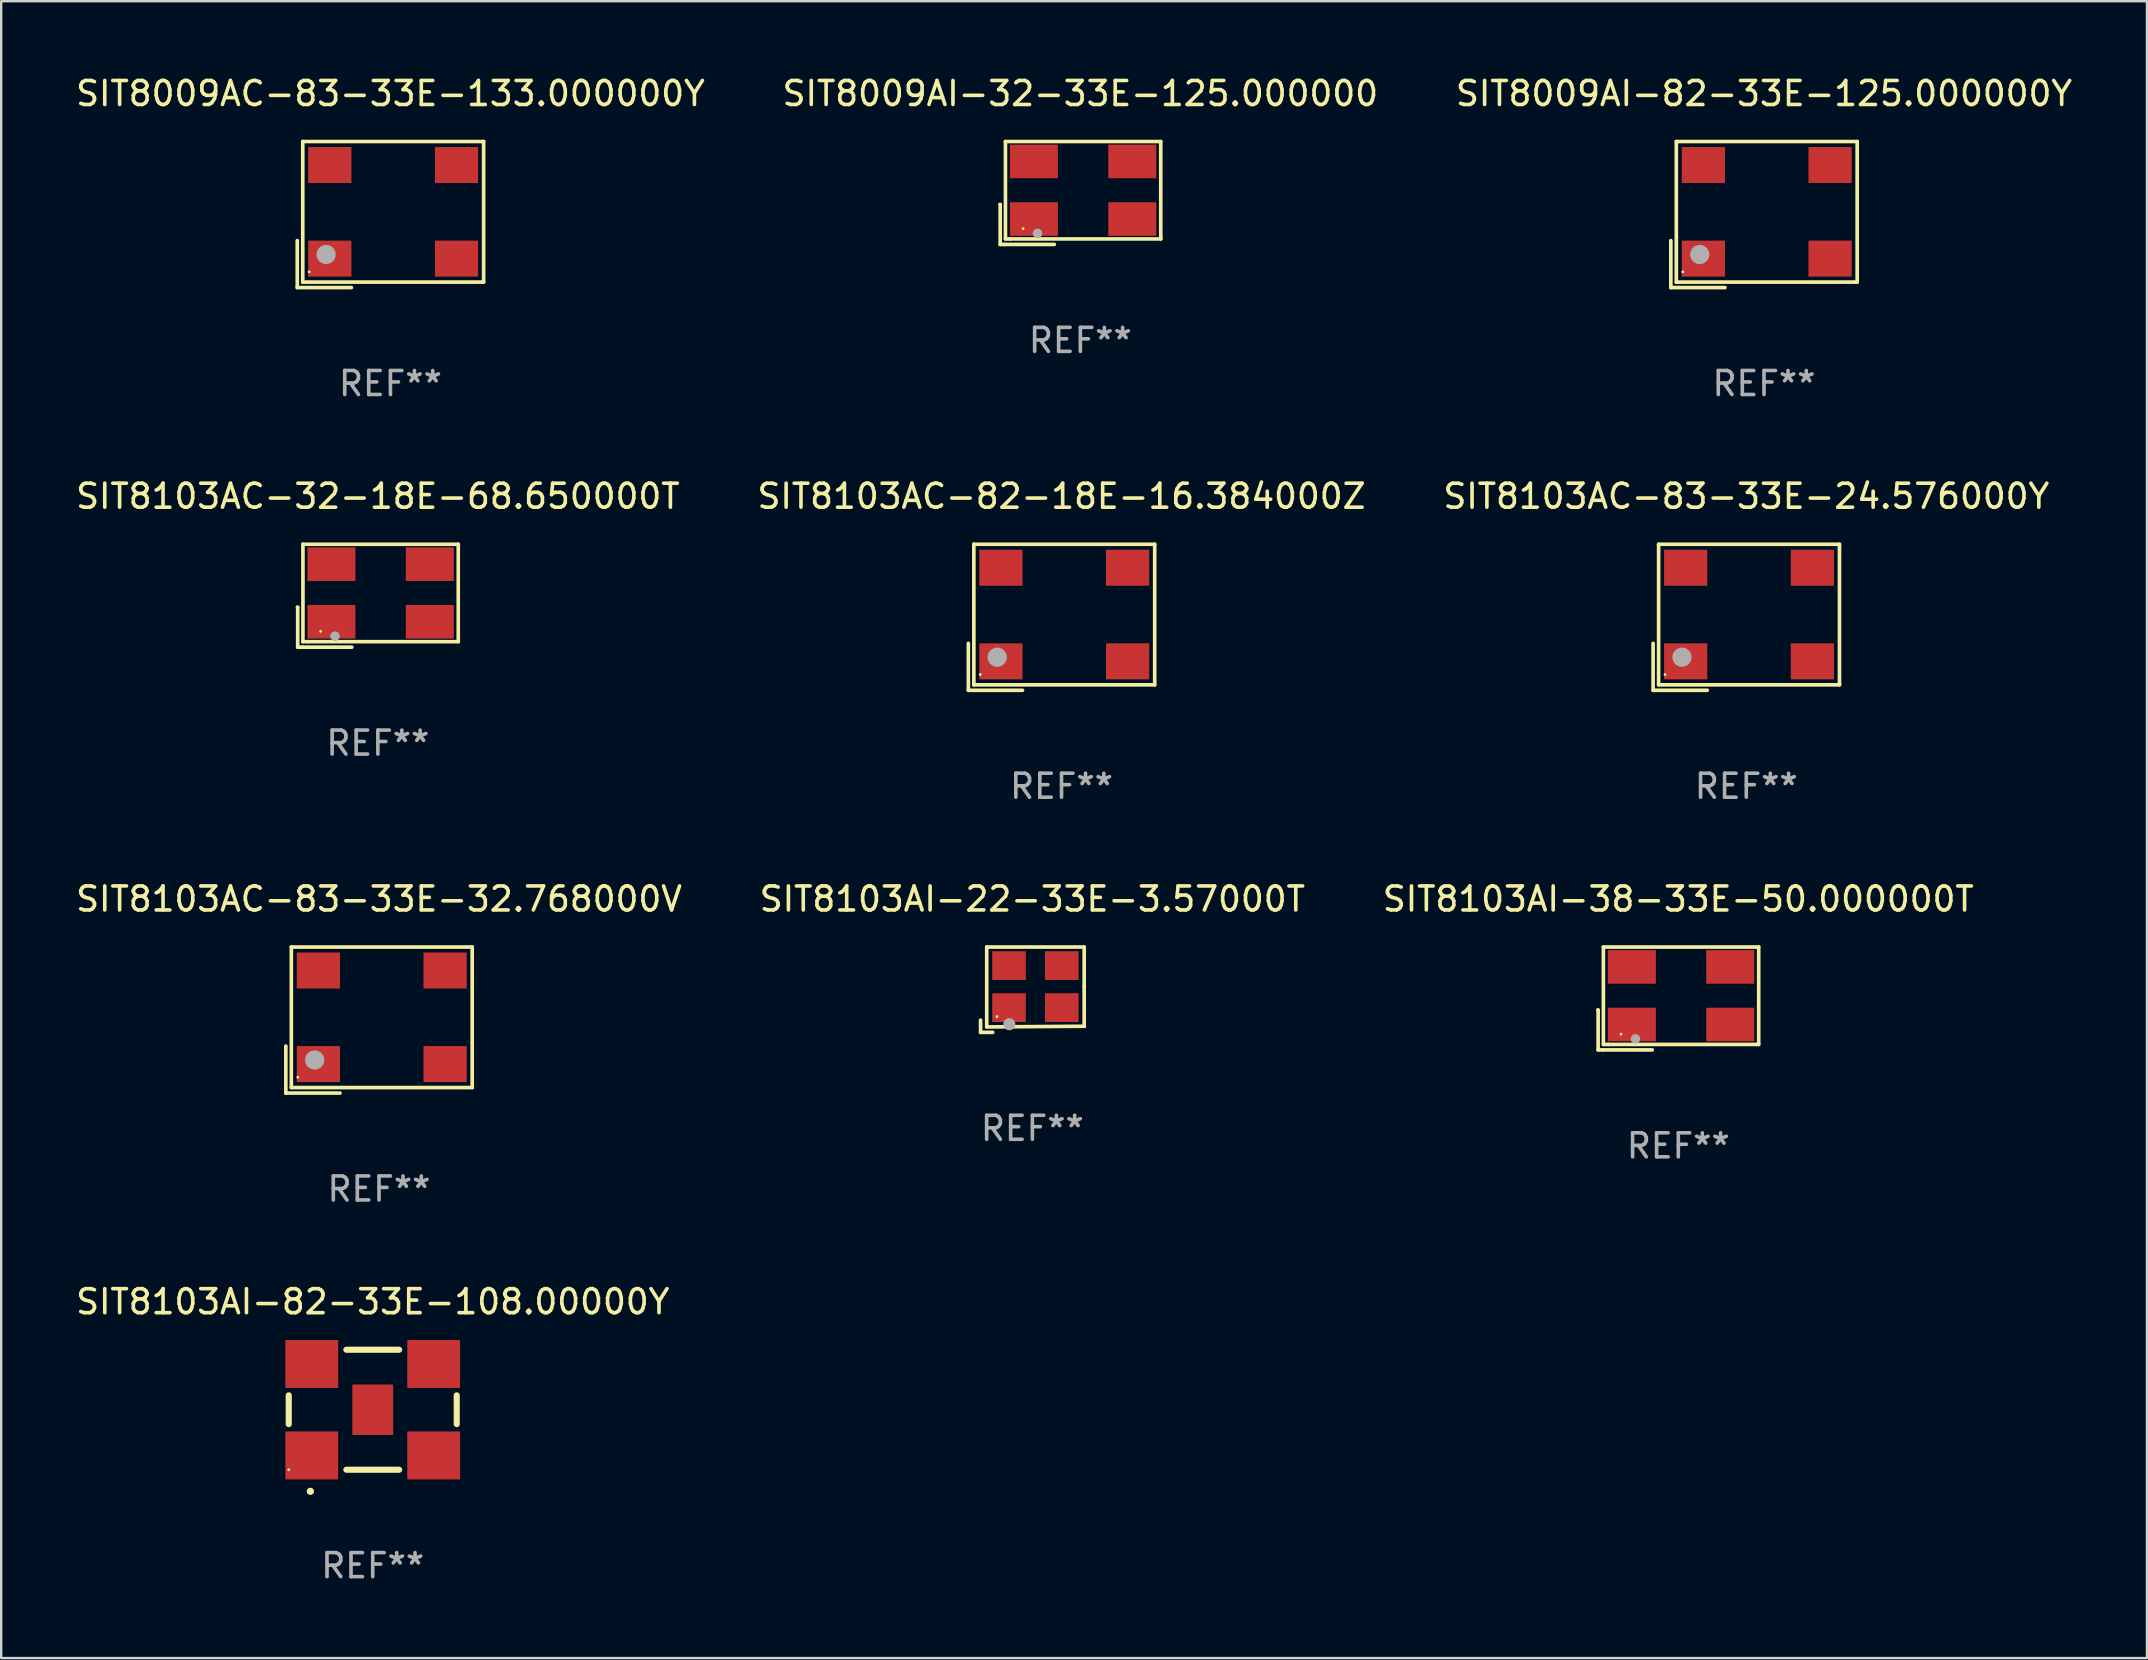
<source format=kicad_pcb>
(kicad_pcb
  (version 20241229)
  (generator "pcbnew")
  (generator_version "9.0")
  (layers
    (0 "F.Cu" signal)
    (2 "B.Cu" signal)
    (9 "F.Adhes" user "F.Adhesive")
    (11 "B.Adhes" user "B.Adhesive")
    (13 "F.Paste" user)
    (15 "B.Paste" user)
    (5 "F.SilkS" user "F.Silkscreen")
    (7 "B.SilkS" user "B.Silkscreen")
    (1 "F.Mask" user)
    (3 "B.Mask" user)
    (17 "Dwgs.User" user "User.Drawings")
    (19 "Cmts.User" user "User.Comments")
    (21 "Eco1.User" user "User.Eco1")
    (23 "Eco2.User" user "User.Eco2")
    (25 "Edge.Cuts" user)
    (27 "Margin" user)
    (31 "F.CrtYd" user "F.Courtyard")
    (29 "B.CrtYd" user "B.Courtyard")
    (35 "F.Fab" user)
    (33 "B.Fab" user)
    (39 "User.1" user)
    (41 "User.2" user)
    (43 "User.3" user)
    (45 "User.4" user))
  (footprint "SIT8009AI-32-33E-125.000000"
    (layer "F.Cu")
    (at 41.97 4.992)
    (property "Reference" "SIT8009AI-32-33E-125.000000" (at 0 -4.144 0) (layer "F.SilkS") (effects (font (size 1 1) (thickness 0.15))))
    (attr through_hole)
    (fp_line (start -3.35 0.476) (end -3.341 0.485) (stroke (width 0.152) (type solid)) (layer "F.SilkS"))
    (fp_line (start -3.341 0.485) (end -3.341 2.144) (stroke (width 0.152) (type solid)) (layer "F.SilkS"))
    (fp_line (start -3.341 2.144) (end -3.143 2.144) (stroke (width 0.152) (type solid)) (layer "F.SilkS"))
    (fp_line (start -3.143 2.144) (end -1.085 2.144) (stroke (width 0.152) (type solid)) (layer "F.SilkS"))
    (fp_line (start -3.122 -2.144) (end 3.35 -2.144) (stroke (width 0.152) (type solid)) (layer "F.SilkS"))
    (fp_line (start -3.122 1.915) (end -3.122 -2.144) (stroke (width 0.152) (type solid)) (layer "F.SilkS"))
    (fp_line (start -2.914 1.915) (end -3.122 1.915) (stroke (width 0.152) (type solid)) (layer "F.SilkS"))
    (fp_line (start 3.35 -2.144) (end 3.35 1.915) (stroke (width 0.152) (type solid)) (layer "F.SilkS"))
    (fp_line (start 3.35 1.915) (end -2.914 1.915) (stroke (width 0.152) (type solid)) (layer "F.SilkS"))
    (fp_circle (center -2.386 1.486) (end -2.356 1.486) (stroke (width 0.06) (type solid)) (fill no) (layer "F.SilkS"))
    (fp_circle (center -1.786 1.686) (end -1.686 1.686) (stroke (width 0.2) (type solid)) (fill no) (layer "F.Fab"))
    (fp_text user "REF**" (at 0 6.144 0) (layer "F.Fab") (effects (font (size 1 1) (thickness 0.15))))
    (pad "1" smd rect (at -1.936 1.086) (size 2 1.4) (layers "F.Cu" "F.Mask" "F.Paste"))
    (pad "2" smd rect (at 2.164 1.086) (size 2 1.4) (layers "F.Cu" "F.Mask" "F.Paste"))
    (pad "3" smd rect (at 2.164 -1.314) (size 2 1.4) (layers "F.Cu" "F.Mask" "F.Paste"))
    (pad "4" smd rect (at -1.936 -1.314) (size 2 1.4) (layers "F.Cu" "F.Mask" "F.Paste")))
  (footprint "SIT8103AC-83-33E-32.768000V"
    (layer "F.Cu")
    (at 12.744 39.456)
    (property "Reference" "SIT8103AC-83-33E-32.768000V" (at 0 -5.043 0) (layer "F.SilkS") (effects (font (size 1 1) (thickness 0.15))))
    (attr through_hole)
    (fp_line (start -3.883 1.086) (end -3.883 3.043) (stroke (width 0.152) (type solid)) (layer "F.SilkS"))
    (fp_line (start -3.883 3.043) (end -1.626 3.043) (stroke (width 0.152) (type solid)) (layer "F.SilkS"))
    (fp_line (start -3.654 -3.043) (end 3.883 -3.043) (stroke (width 0.152) (type solid)) (layer "F.SilkS"))
    (fp_line (start -3.654 2.814) (end -3.654 -3.043) (stroke (width 0.152) (type solid)) (layer "F.SilkS"))
    (fp_line (start 3.883 -3.043) (end 3.883 2.814) (stroke (width 0.152) (type solid)) (layer "F.SilkS"))
    (fp_line (start 3.883 2.814) (end -3.654 2.814) (stroke (width 0.152) (type solid)) (layer "F.SilkS"))
    (fp_circle (center -3.386 2.386) (end -3.356 2.386) (stroke (width 0.06) (type solid)) (fill no) (layer "F.SilkS"))
    (fp_circle (center -2.68 1.664) (end -2.48 1.664) (stroke (width 0.4) (type solid)) (fill no) (layer "F.Fab"))
    (fp_text user "REF**" (at 0 7.043 0) (layer "F.Fab") (effects (font (size 1 1) (thickness 0.15))))
    (pad "1" smd rect (at -2.526 1.836) (size 1.8 1.5) (layers "F.Cu" "F.Mask" "F.Paste"))
    (pad "2" smd rect (at 2.754 1.836) (size 1.8 1.5) (layers "F.Cu" "F.Mask" "F.Paste"))
    (pad "3" smd rect (at 2.754 -2.064) (size 1.8 1.5) (layers "F.Cu" "F.Mask" "F.Paste"))
    (pad "4" smd rect (at -2.526 -2.064) (size 1.8 1.5) (layers "F.Cu" "F.Mask" "F.Paste")))
  (footprint "SIT8103AC-82-18E-16.384000Z"
    (layer "F.Cu")
    (at 41.185 22.673)
    (property "Reference" "SIT8103AC-82-18E-16.384000Z" (at 0 -5.043 0) (layer "F.SilkS") (effects (font (size 1 1) (thickness 0.15))))
    (attr through_hole)
    (fp_line (start -3.883 1.086) (end -3.883 3.043) (stroke (width 0.152) (type solid)) (layer "F.SilkS"))
    (fp_line (start -3.883 3.043) (end -1.626 3.043) (stroke (width 0.152) (type solid)) (layer "F.SilkS"))
    (fp_line (start -3.654 -3.043) (end 3.883 -3.043) (stroke (width 0.152) (type solid)) (layer "F.SilkS"))
    (fp_line (start -3.654 2.814) (end -3.654 -3.043) (stroke (width 0.152) (type solid)) (layer "F.SilkS"))
    (fp_line (start 3.883 -3.043) (end 3.883 2.814) (stroke (width 0.152) (type solid)) (layer "F.SilkS"))
    (fp_line (start 3.883 2.814) (end -3.654 2.814) (stroke (width 0.152) (type solid)) (layer "F.SilkS"))
    (fp_circle (center -3.386 2.386) (end -3.356 2.386) (stroke (width 0.06) (type solid)) (fill no) (layer "F.SilkS"))
    (fp_circle (center -2.68 1.664) (end -2.48 1.664) (stroke (width 0.4) (type solid)) (fill no) (layer "F.Fab"))
    (fp_text user "REF**" (at 0 7.043 0) (layer "F.Fab") (effects (font (size 1 1) (thickness 0.15))))
    (pad "1" smd rect (at -2.526 1.836) (size 1.8 1.5) (layers "F.Cu" "F.Mask" "F.Paste"))
    (pad "2" smd rect (at 2.754 1.836) (size 1.8 1.5) (layers "F.Cu" "F.Mask" "F.Paste"))
    (pad "3" smd rect (at 2.754 -2.064) (size 1.8 1.5) (layers "F.Cu" "F.Mask" "F.Paste"))
    (pad "4" smd rect (at -2.526 -2.064) (size 1.8 1.5) (layers "F.Cu" "F.Mask" "F.Paste")))
  (footprint "SIT8103AC-83-33E-24.576000Y"
    (layer "F.Cu")
    (at 69.72 22.673)
    (property "Reference" "SIT8103AC-83-33E-24.576000Y" (at 0 -5.043 0) (layer "F.SilkS") (effects (font (size 1 1) (thickness 0.15))))
    (attr through_hole)
    (fp_line (start -3.883 1.086) (end -3.883 3.043) (stroke (width 0.152) (type solid)) (layer "F.SilkS"))
    (fp_line (start -3.883 3.043) (end -1.626 3.043) (stroke (width 0.152) (type solid)) (layer "F.SilkS"))
    (fp_line (start -3.654 -3.043) (end 3.883 -3.043) (stroke (width 0.152) (type solid)) (layer "F.SilkS"))
    (fp_line (start -3.654 2.814) (end -3.654 -3.043) (stroke (width 0.152) (type solid)) (layer "F.SilkS"))
    (fp_line (start 3.883 -3.043) (end 3.883 2.814) (stroke (width 0.152) (type solid)) (layer "F.SilkS"))
    (fp_line (start 3.883 2.814) (end -3.654 2.814) (stroke (width 0.152) (type solid)) (layer "F.SilkS"))
    (fp_circle (center -3.386 2.386) (end -3.356 2.386) (stroke (width 0.06) (type solid)) (fill no) (layer "F.SilkS"))
    (fp_circle (center -2.68 1.664) (end -2.48 1.664) (stroke (width 0.4) (type solid)) (fill no) (layer "F.Fab"))
    (fp_text user "REF**" (at 0 7.043 0) (layer "F.Fab") (effects (font (size 1 1) (thickness 0.15))))
    (pad "1" smd rect (at -2.526 1.836) (size 1.8 1.5) (layers "F.Cu" "F.Mask" "F.Paste"))
    (pad "2" smd rect (at 2.754 1.836) (size 1.8 1.5) (layers "F.Cu" "F.Mask" "F.Paste"))
    (pad "3" smd rect (at 2.754 -2.064) (size 1.8 1.5) (layers "F.Cu" "F.Mask" "F.Paste"))
    (pad "4" smd rect (at -2.526 -2.064) (size 1.8 1.5) (layers "F.Cu" "F.Mask" "F.Paste")))
  (footprint "SIT8009AC-83-33E-133.000000Y"
    (layer "F.Cu")
    (at 13.22 5.891)
    (property "Reference" "SIT8009AC-83-33E-133.000000Y" (at 0 -5.043 0) (layer "F.SilkS") (effects (font (size 1 1) (thickness 0.15))))
    (attr through_hole)
    (fp_line (start -3.883 1.086) (end -3.883 3.043) (stroke (width 0.152) (type solid)) (layer "F.SilkS"))
    (fp_line (start -3.883 3.043) (end -1.626 3.043) (stroke (width 0.152) (type solid)) (layer "F.SilkS"))
    (fp_line (start -3.654 -3.043) (end 3.883 -3.043) (stroke (width 0.152) (type solid)) (layer "F.SilkS"))
    (fp_line (start -3.654 2.814) (end -3.654 -3.043) (stroke (width 0.152) (type solid)) (layer "F.SilkS"))
    (fp_line (start 3.883 -3.043) (end 3.883 2.814) (stroke (width 0.152) (type solid)) (layer "F.SilkS"))
    (fp_line (start 3.883 2.814) (end -3.654 2.814) (stroke (width 0.152) (type solid)) (layer "F.SilkS"))
    (fp_circle (center -3.386 2.386) (end -3.356 2.386) (stroke (width 0.06) (type solid)) (fill no) (layer "F.SilkS"))
    (fp_circle (center -2.68 1.664) (end -2.48 1.664) (stroke (width 0.4) (type solid)) (fill no) (layer "F.Fab"))
    (fp_text user "REF**" (at 0 7.043 0) (layer "F.Fab") (effects (font (size 1 1) (thickness 0.15))))
    (pad "1" smd rect (at -2.526 1.836) (size 1.8 1.5) (layers "F.Cu" "F.Mask" "F.Paste"))
    (pad "2" smd rect (at 2.754 1.836) (size 1.8 1.5) (layers "F.Cu" "F.Mask" "F.Paste"))
    (pad "3" smd rect (at 2.754 -2.064) (size 1.8 1.5) (layers "F.Cu" "F.Mask" "F.Paste"))
    (pad "4" smd rect (at -2.526 -2.064) (size 1.8 1.5) (layers "F.Cu" "F.Mask" "F.Paste")))
  (footprint "SIT8103AI-22-33E-3.57000T"
    (layer "F.Cu")
    (at 39.97 38.191)
    (property "Reference" "SIT8103AI-22-33E-3.57000T" (at 0 -3.778 0) (layer "F.SilkS") (effects (font (size 1 1) (thickness 0.15))))
    (attr through_hole)
    (fp_line (start -2.159 1.27) (end -2.159 1.778) (stroke (width 0.152) (type solid)) (layer "F.SilkS"))
    (fp_line (start -2.159 1.778) (end -1.651 1.778) (stroke (width 0.152) (type solid)) (layer "F.SilkS"))
    (fp_line (start -1.902 -1.778) (end 2.159 -1.778) (stroke (width 0.152) (type solid)) (layer "F.SilkS"))
    (fp_line (start -1.902 1.552) (end -1.902 -1.778) (stroke (width 0.152) (type solid)) (layer "F.SilkS"))
    (fp_line (start 2.159 -1.778) (end 2.159 -0.127) (stroke (width 0.152) (type solid)) (layer "F.SilkS"))
    (fp_line (start 2.159 -0.127) (end 2.159 1.524) (stroke (width 0.152) (type solid)) (layer "F.SilkS"))
    (fp_line (start 2.159 1.524) (end -1.902 1.552) (stroke (width 0.152) (type solid)) (layer "F.SilkS"))
    (fp_line (start 2.159 1.524) (end 2.159 1.524) (stroke (width 0.152) (type solid)) (layer "F.SilkS"))
    (fp_circle (center -1.473 1.123) (end -1.443 1.123) (stroke (width 0.06) (type solid)) (fill no) (layer "F.SilkS"))
    (fp_circle (center -0.961 1.44) (end -0.834 1.44) (stroke (width 0.254) (type solid)) (fill no) (layer "F.Fab"))
    (fp_text user "REF**" (at 0 5.778 0) (layer "F.Fab") (effects (font (size 1 1) (thickness 0.15))))
    (pad "1" smd rect (at -0.973 0.748) (size 1.4 1.2) (layers "F.Cu" "F.Mask" "F.Paste"))
    (pad "2" smd rect (at 1.227 0.748) (size 1.4 1.2) (layers "F.Cu" "F.Mask" "F.Paste"))
    (pad "3" smd rect (at 1.227 -1.002) (size 1.4 1.2) (layers "F.Cu" "F.Mask" "F.Paste"))
    (pad "4" smd rect (at -0.973 -1.002) (size 1.4 1.2) (layers "F.Cu" "F.Mask" "F.Paste")))
  (footprint "SIT8103AC-32-18E-68.650000T"
    (layer "F.Cu")
    (at 12.696 21.774)
    (property "Reference" "SIT8103AC-32-18E-68.650000T" (at 0 -4.144 0) (layer "F.SilkS") (effects (font (size 1 1) (thickness 0.15))))
    (attr through_hole)
    (fp_line (start -3.35 0.476) (end -3.341 0.485) (stroke (width 0.152) (type solid)) (layer "F.SilkS"))
    (fp_line (start -3.341 0.485) (end -3.341 2.144) (stroke (width 0.152) (type solid)) (layer "F.SilkS"))
    (fp_line (start -3.341 2.144) (end -3.143 2.144) (stroke (width 0.152) (type solid)) (layer "F.SilkS"))
    (fp_line (start -3.143 2.144) (end -1.085 2.144) (stroke (width 0.152) (type solid)) (layer "F.SilkS"))
    (fp_line (start -3.122 -2.144) (end 3.35 -2.144) (stroke (width 0.152) (type solid)) (layer "F.SilkS"))
    (fp_line (start -3.122 1.915) (end -3.122 -2.144) (stroke (width 0.152) (type solid)) (layer "F.SilkS"))
    (fp_line (start -2.914 1.915) (end -3.122 1.915) (stroke (width 0.152) (type solid)) (layer "F.SilkS"))
    (fp_line (start 3.35 -2.144) (end 3.35 1.915) (stroke (width 0.152) (type solid)) (layer "F.SilkS"))
    (fp_line (start 3.35 1.915) (end -2.914 1.915) (stroke (width 0.152) (type solid)) (layer "F.SilkS"))
    (fp_circle (center -2.386 1.486) (end -2.356 1.486) (stroke (width 0.06) (type solid)) (fill no) (layer "F.SilkS"))
    (fp_circle (center -1.786 1.686) (end -1.686 1.686) (stroke (width 0.2) (type solid)) (fill no) (layer "F.Fab"))
    (fp_text user "REF**" (at 0 6.144 0) (layer "F.Fab") (effects (font (size 1 1) (thickness 0.15))))
    (pad "1" smd rect (at -1.936 1.086) (size 2 1.4) (layers "F.Cu" "F.Mask" "F.Paste"))
    (pad "2" smd rect (at 2.164 1.086) (size 2 1.4) (layers "F.Cu" "F.Mask" "F.Paste"))
    (pad "3" smd rect (at 2.164 -1.314) (size 2 1.4) (layers "F.Cu" "F.Mask" "F.Paste"))
    (pad "4" smd rect (at -1.936 -1.314) (size 2 1.4) (layers "F.Cu" "F.Mask" "F.Paste")))
  (footprint "SIT8103AI-82-33E-108.00000Y"
    (layer "F.Cu")
    (at 12.482 55.695)
    (property "Reference" "SIT8103AI-82-33E-108.00000Y" (at 0 -4.5 0) (layer "F.SilkS") (effects (font (size 1 1) (thickness 0.15))))
    (attr through_hole)
    (fp_line (start -3.5 -0.6) (end -3.5 0.6) (stroke (width 0.254) (type solid)) (layer "F.SilkS"))
    (fp_line (start -1.1 -2.5) (end 1.1 -2.5) (stroke (width 0.254) (type solid)) (layer "F.SilkS"))
    (fp_line (start -1.1 2.5) (end 1.1 2.5) (stroke (width 0.254) (type solid)) (layer "F.SilkS"))
    (fp_line (start 3.5 -0.6) (end 3.5 0.6) (stroke (width 0.254) (type solid)) (layer "F.SilkS"))
    (fp_arc (start -2.6 3.4) (mid -2.59873 3.399995) (end -2.59746 3.4) (stroke (width 0.3) (type solid)) (layer "F.SilkS"))
    (fp_circle (center -3.5 2.5) (end -3.47 2.5) (stroke (width 0.06) (type solid)) (fill no) (layer "F.SilkS"))
    (fp_text user "REF**" (at 0 6.5 0) (layer "F.Fab") (effects (font (size 1 1) (thickness 0.15))))
    (pad "1" smd rect (at -2.54 1.905) (size 2.2 2) (layers "F.Cu" "F.Mask" "F.Paste"))
    (pad "2" smd rect (at 2.54 1.905) (size 2.2 2) (layers "F.Cu" "F.Mask" "F.Paste"))
    (pad "3" smd rect (at 2.54 -1.905) (size 2.2 2) (layers "F.Cu" "F.Mask" "F.Paste"))
    (pad "4" smd rect (at -2.54 -1.905) (size 2.2 2) (layers "F.Cu" "F.Mask" "F.Paste"))
    (pad "5" smd rect (at 0 0.000127 180) (size 1.7 2.1) (layers "F.Cu" "F.Mask" "F.Paste")))
  (footprint "SIT8103AI-38-33E-50.000000T"
    (layer "F.Cu")
    (at 66.887 38.557)
    (property "Reference" "SIT8103AI-38-33E-50.000000T" (at 0 -4.144 0) (layer "F.SilkS") (effects (font (size 1 1) (thickness 0.15))))
    (attr through_hole)
    (fp_line (start -3.35 0.476) (end -3.341 0.485) (stroke (width 0.152) (type solid)) (layer "F.SilkS"))
    (fp_line (start -3.341 0.485) (end -3.341 2.144) (stroke (width 0.152) (type solid)) (layer "F.SilkS"))
    (fp_line (start -3.341 2.144) (end -3.143 2.144) (stroke (width 0.152) (type solid)) (layer "F.SilkS"))
    (fp_line (start -3.143 2.144) (end -1.085 2.144) (stroke (width 0.152) (type solid)) (layer "F.SilkS"))
    (fp_line (start -3.122 -2.144) (end 3.35 -2.144) (stroke (width 0.152) (type solid)) (layer "F.SilkS"))
    (fp_line (start -3.122 1.915) (end -3.122 -2.144) (stroke (width 0.152) (type solid)) (layer "F.SilkS"))
    (fp_line (start -2.914 1.915) (end -3.122 1.915) (stroke (width 0.152) (type solid)) (layer "F.SilkS"))
    (fp_line (start 3.35 -2.144) (end 3.35 1.915) (stroke (width 0.152) (type solid)) (layer "F.SilkS"))
    (fp_line (start 3.35 1.915) (end -2.914 1.915) (stroke (width 0.152) (type solid)) (layer "F.SilkS"))
    (fp_circle (center -2.386 1.486) (end -2.356 1.486) (stroke (width 0.06) (type solid)) (fill no) (layer "F.SilkS"))
    (fp_circle (center -1.786 1.686) (end -1.686 1.686) (stroke (width 0.2) (type solid)) (fill no) (layer "F.Fab"))
    (fp_text user "REF**" (at 0 6.144 0) (layer "F.Fab") (effects (font (size 1 1) (thickness 0.15))))
    (pad "1" smd rect (at -1.936 1.086) (size 2 1.4) (layers "F.Cu" "F.Mask" "F.Paste"))
    (pad "2" smd rect (at 2.164 1.086) (size 2 1.4) (layers "F.Cu" "F.Mask" "F.Paste"))
    (pad "3" smd rect (at 2.164 -1.314) (size 2 1.4) (layers "F.Cu" "F.Mask" "F.Paste"))
    (pad "4" smd rect (at -1.936 -1.314) (size 2 1.4) (layers "F.Cu" "F.Mask" "F.Paste")))
  (footprint "SIT8009AI-82-33E-125.000000Y"
    (layer "F.Cu")
    (at 70.458 5.891)
    (property "Reference" "SIT8009AI-82-33E-125.000000Y" (at 0 -5.043 0) (layer "F.SilkS") (effects (font (size 1 1) (thickness 0.15))))
    (attr through_hole)
    (fp_line (start -3.883 1.086) (end -3.883 3.043) (stroke (width 0.152) (type solid)) (layer "F.SilkS"))
    (fp_line (start -3.883 3.043) (end -1.626 3.043) (stroke (width 0.152) (type solid)) (layer "F.SilkS"))
    (fp_line (start -3.654 -3.043) (end 3.883 -3.043) (stroke (width 0.152) (type solid)) (layer "F.SilkS"))
    (fp_line (start -3.654 2.814) (end -3.654 -3.043) (stroke (width 0.152) (type solid)) (layer "F.SilkS"))
    (fp_line (start 3.883 -3.043) (end 3.883 2.814) (stroke (width 0.152) (type solid)) (layer "F.SilkS"))
    (fp_line (start 3.883 2.814) (end -3.654 2.814) (stroke (width 0.152) (type solid)) (layer "F.SilkS"))
    (fp_circle (center -3.386 2.386) (end -3.356 2.386) (stroke (width 0.06) (type solid)) (fill no) (layer "F.SilkS"))
    (fp_circle (center -2.68 1.664) (end -2.48 1.664) (stroke (width 0.4) (type solid)) (fill no) (layer "F.Fab"))
    (fp_text user "REF**" (at 0 7.043 0) (layer "F.Fab") (effects (font (size 1 1) (thickness 0.15))))
    (pad "1" smd rect (at -2.526 1.836) (size 1.8 1.5) (layers "F.Cu" "F.Mask" "F.Paste"))
    (pad "2" smd rect (at 2.754 1.836) (size 1.8 1.5) (layers "F.Cu" "F.Mask" "F.Paste"))
    (pad "3" smd rect (at 2.754 -2.064) (size 1.8 1.5) (layers "F.Cu" "F.Mask" "F.Paste"))
    (pad "4" smd rect (at -2.526 -2.064) (size 1.8 1.5) (layers "F.Cu" "F.Mask" "F.Paste")))
  (gr_rect
    (start -3 -3)
    (end 86.417 66.043)
    (stroke (width 0.1) (type default))
    (fill no)
    (layer "Edge.Cuts")))
</source>
